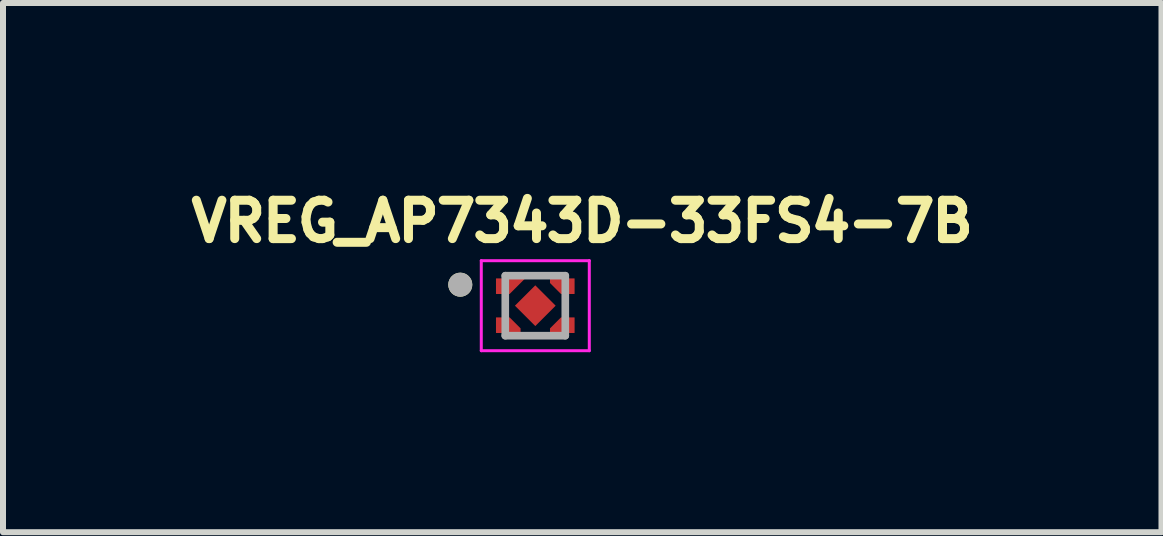
<source format=kicad_pcb>
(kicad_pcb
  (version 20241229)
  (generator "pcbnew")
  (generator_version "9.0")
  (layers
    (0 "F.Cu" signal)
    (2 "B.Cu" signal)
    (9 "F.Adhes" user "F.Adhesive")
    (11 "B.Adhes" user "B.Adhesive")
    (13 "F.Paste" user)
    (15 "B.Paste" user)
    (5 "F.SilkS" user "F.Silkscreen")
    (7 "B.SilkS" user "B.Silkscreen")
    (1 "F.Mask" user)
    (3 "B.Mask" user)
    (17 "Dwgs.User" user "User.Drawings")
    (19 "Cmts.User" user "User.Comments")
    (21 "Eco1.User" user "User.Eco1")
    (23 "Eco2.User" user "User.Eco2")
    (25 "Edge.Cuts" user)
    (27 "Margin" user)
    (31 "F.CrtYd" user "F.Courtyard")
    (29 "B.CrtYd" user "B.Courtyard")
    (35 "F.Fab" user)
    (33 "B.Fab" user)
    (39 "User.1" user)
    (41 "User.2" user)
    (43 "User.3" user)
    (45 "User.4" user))
  (footprint "VREG_AP7343D-33FS4-7B"
    (layer "F.Cu")
    (at 5.87 2.044)
    (property "Reference" "VREG_AP7343D-33FS4-7B" (at 0.782 -1.406 0) (layer "F.SilkS") (effects (font (size 0.64 0.64) (thickness 0.15))))
    (attr smd)
    (fp_poly (pts (xy -0.75 -0.55) (xy 0.02 -0.55) (xy -0.43 -0.1) (xy -0.75 -0.1)) (stroke (width 0.01) (type solid)) (fill yes) (layer "F.Mask"))
    (fp_poly (pts (xy -0.75 0.55) (xy -0.15 0.55) (xy -0.15 0.38) (xy -0.43 0.1) (xy -0.75 0.1)) (stroke (width 0.01) (type solid)) (fill yes) (layer "F.Mask"))
    (fp_poly (pts (xy 0.75 -0.55) (xy 0.15 -0.55) (xy 0.15 -0.38) (xy 0.43 -0.1) (xy 0.75 -0.1)) (stroke (width 0.01) (type solid)) (fill yes) (layer "F.Mask"))
    (fp_poly (pts (xy 0.75 0.55) (xy 0.15 0.55) (xy 0.15 0.38) (xy 0.43 0.1) (xy 0.75 0.1)) (stroke (width 0.01) (type solid)) (fill yes) (layer "F.Mask"))
    (fp_circle (center -1.25 -0.35) (end -1.15 -0.35) (stroke (width 0.2) (type solid)) (fill no) (layer "F.SilkS"))
    (fp_poly (pts (xy -0.65 -0.45) (xy -0.18 -0.45) (xy -0.43 -0.2) (xy -0.65 -0.2)) (stroke (width 0.01) (type solid)) (fill yes) (layer "F.Paste"))
    (fp_poly (pts (xy -0.152 -0.152) (xy 0.152 -0.152) (xy 0.152 0.152) (xy -0.152 0.152)) (stroke (width 0.01) (type solid)) (fill yes) (layer "F.Paste"))
    (fp_poly (pts (xy -0.65 0.45) (xy -0.25 0.45) (xy -0.25 0.38) (xy -0.43 0.2) (xy -0.65 0.2)) (stroke (width 0.01) (type solid)) (fill yes) (layer "F.Paste"))
    (fp_poly (pts (xy 0.65 -0.45) (xy 0.25 -0.45) (xy 0.25 -0.38) (xy 0.43 -0.2) (xy 0.65 -0.2)) (stroke (width 0.01) (type solid)) (fill yes) (layer "F.Paste"))
    (fp_poly (pts (xy 0.65 0.45) (xy 0.25 0.45) (xy 0.25 0.38) (xy 0.43 0.2) (xy 0.65 0.2)) (stroke (width 0.01) (type solid)) (fill yes) (layer "F.Paste"))
    (fp_line (start -0.9 -0.75) (end 0.9 -0.75) (stroke (width 0.05) (type solid)) (layer "F.CrtYd"))
    (fp_line (start -0.9 0.75) (end -0.9 -0.75) (stroke (width 0.05) (type solid)) (layer "F.CrtYd"))
    (fp_line (start 0.9 -0.75) (end 0.9 0.75) (stroke (width 0.05) (type solid)) (layer "F.CrtYd"))
    (fp_line (start 0.9 0.75) (end -0.9 0.75) (stroke (width 0.05) (type solid)) (layer "F.CrtYd"))
    (fp_line (start -0.5 -0.5) (end -0.5 0.5) (stroke (width 0.127) (type solid)) (layer "F.Fab"))
    (fp_line (start -0.5 0.5) (end 0.5 0.5) (stroke (width 0.127) (type solid)) (layer "F.Fab"))
    (fp_line (start 0.5 -0.5) (end -0.5 -0.5) (stroke (width 0.127) (type solid)) (layer "F.Fab"))
    (fp_line (start 0.5 0.5) (end 0.5 -0.5) (stroke (width 0.127) (type solid)) (layer "F.Fab"))
    (fp_circle (center -1.25 -0.35) (end -1.15 -0.35) (stroke (width 0.2) (type solid)) (fill no) (layer "F.Fab"))
    (pad "1" smd custom (at -0.45 -0.325) (size 0.1 0.1) (layers "F.Cu") (options (anchor rect)) (primitives (gr_poly (pts (xy -0.2 -0.125) (xy 0.27 -0.125) (xy 0.02 0.125) (xy -0.2 0.125)) (width 0.01) (fill yes))))
    (pad "2" smd custom (at -0.45 0.325) (size 0.1 0.1) (layers "F.Cu") (options (anchor rect)) (primitives (gr_poly (pts (xy -0.2 0.125) (xy 0.2 0.125) (xy 0.2 0.055) (xy 0.02 -0.125) (xy -0.2 -0.125)) (width 0.01) (fill yes))))
    (pad "3" smd custom (at 0.45 0.325) (size 0.1 0.1) (layers "F.Cu") (options (anchor rect)) (primitives (gr_poly (pts (xy 0.2 0.125) (xy -0.2 0.125) (xy -0.2 0.055) (xy -0.02 -0.125) (xy 0.2 -0.125)) (width 0.01) (fill yes))))
    (pad "4" smd custom (at 0.45 -0.325) (size 0.1 0.1) (layers "F.Cu") (options (anchor rect)) (primitives (gr_poly (pts (xy 0.2 -0.125) (xy -0.2 -0.125) (xy -0.2 -0.055) (xy -0.02 0.125) (xy 0.2 0.125)) (width 0.01) (fill yes))))
    (pad "5" smd rect (at 0 0 45) (size 0.48 0.48) (layers "F.Cu" "F.Mask")))
  (gr_rect
    (start -3 -3)
    (end 16.305 5.819)
    (stroke (width 0.1) (type default))
    (fill no)
    (layer "Edge.Cuts")))
</source>
